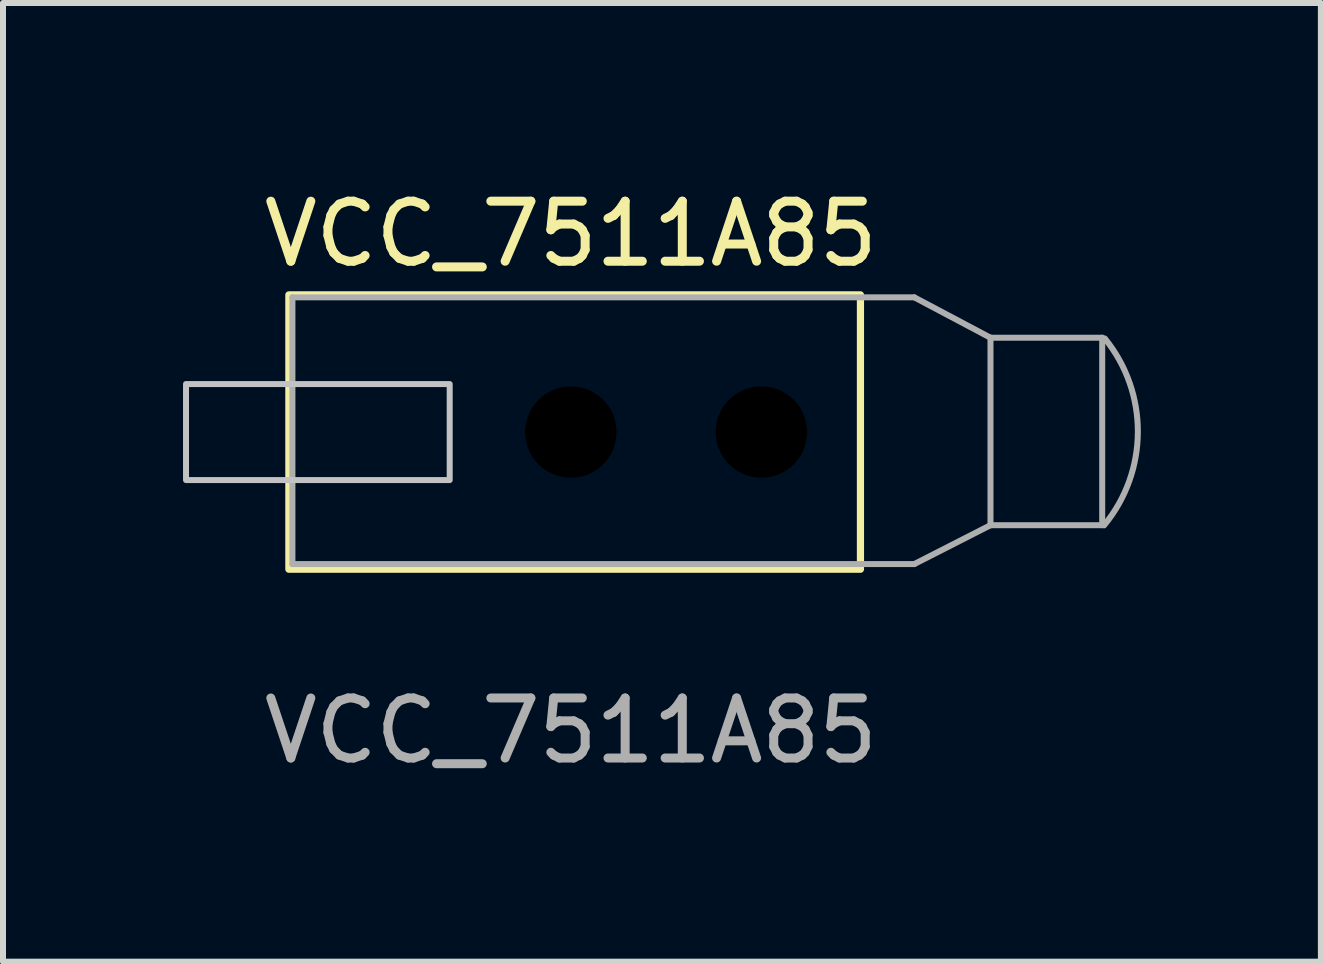
<source format=kicad_pcb>
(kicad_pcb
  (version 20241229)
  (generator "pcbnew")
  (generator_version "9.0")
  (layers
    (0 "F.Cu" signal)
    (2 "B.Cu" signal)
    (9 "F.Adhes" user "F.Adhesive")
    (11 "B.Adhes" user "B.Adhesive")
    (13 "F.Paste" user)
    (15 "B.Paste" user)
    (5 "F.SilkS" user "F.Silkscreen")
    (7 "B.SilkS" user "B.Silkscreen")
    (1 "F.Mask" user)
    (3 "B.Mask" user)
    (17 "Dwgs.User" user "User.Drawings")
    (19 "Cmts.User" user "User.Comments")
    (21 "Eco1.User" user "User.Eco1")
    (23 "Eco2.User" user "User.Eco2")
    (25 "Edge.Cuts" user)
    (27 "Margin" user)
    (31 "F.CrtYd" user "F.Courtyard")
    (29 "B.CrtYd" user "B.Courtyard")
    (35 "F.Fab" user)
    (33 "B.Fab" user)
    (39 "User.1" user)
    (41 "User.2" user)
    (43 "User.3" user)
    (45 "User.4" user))
  (footprint "VCC_7511A85"
    (layer "F.Cu")
    (at 6.463 4.15)
    (property "Reference" "VCC_7511A85" (at 0 -3.302 0) (unlocked yes) (layer "F.SilkS") (effects (font (size 1 1) (thickness 0.15))))
    (attr allow_missing_courtyard)
    (fp_rect (start -4.699 -2.286) (end 4.826 2.286) (stroke (width 0.12) (type default)) (fill no) (layer "F.SilkS"))
    (fp_rect (start -6.413 -0.8) (end -2.019 0.8) (stroke (width 0.1) (type default)) (fill no) (layer "Dwgs.User"))
    (fp_line (start -4.64 -2.245) (end 5.723 -2.245) (stroke (width 0.1) (type default)) (layer "F.Fab"))
    (fp_line (start -4.64 2.2) (end -4.64 -2.245) (stroke (width 0.1) (type default)) (layer "F.Fab"))
    (fp_line (start 5.723 -2.245) (end 6.993 -1.572) (stroke (width 0.1) (type default)) (layer "F.Fab"))
    (fp_line (start 5.723 2.2) (end -4.64 2.2) (stroke (width 0.1) (type default)) (layer "F.Fab"))
    (fp_line (start 6.993 -1.572) (end 6.993 1.552) (stroke (width 0.1) (type default)) (layer "F.Fab"))
    (fp_line (start 6.993 -1.572) (end 8.855 -1.572) (stroke (width 0.1) (type default)) (layer "F.Fab"))
    (fp_line (start 6.993 1.552) (end 5.723 2.2) (stroke (width 0.1) (type default)) (layer "F.Fab"))
    (fp_line (start 8.855 -1.572) (end 8.855 1.552) (stroke (width 0.1) (type default)) (layer "F.Fab"))
    (fp_line (start 8.855 1.552) (end 6.993 1.552) (stroke (width 0.1) (type default)) (layer "F.Fab"))
    (fp_arc (start 8.898282 -1.559188) (mid 9.4488 0) (end 8.885869 1.55475) (stroke (width 0.1) (type default)) (layer "F.Fab"))
    (fp_text user "${REFERENCE}" (at 0 4.977 0) (unlocked yes) (layer "F.Fab") (effects (font (size 1 1) (thickness 0.15))))
    (pad "" np_thru_hole circle (at 0 0) (size 1.524 1.524) (drill 1.575) (layers "*.Mask"))
    (pad "" np_thru_hole circle (at 3.175 0) (size 1.524 1.524) (drill 1.575) (layers "*.Mask")))
  (gr_rect
    (start -3 -3)
    (end 18.962 12.976)
    (stroke (width 0.1) (type default))
    (fill no)
    (layer "Edge.Cuts")))
</source>
